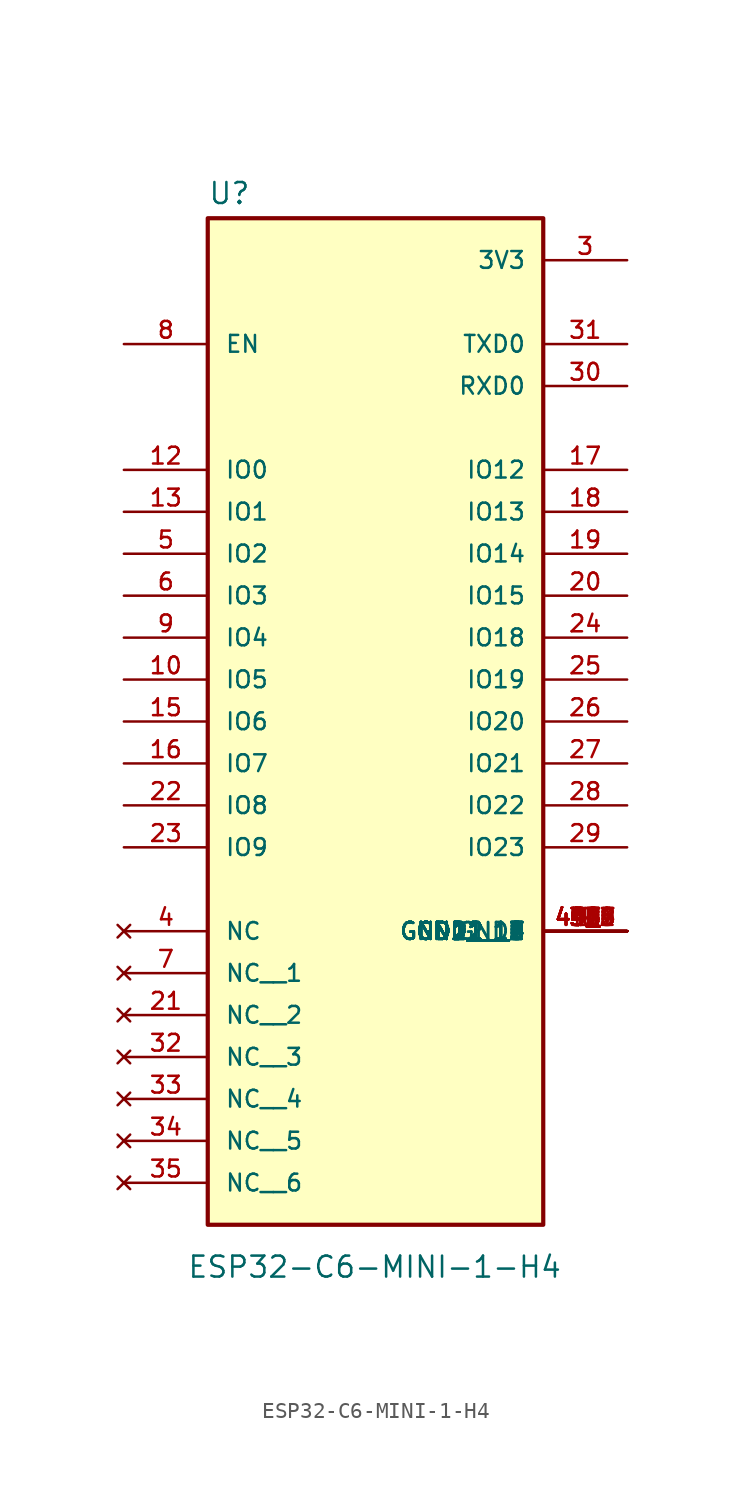
<source format=kicad_sym>
(kicad_symbol_lib
  (version 20231120)
  (generator "kicad_symbol_editor")
  (generator_version "8.0")
  (symbol "ESP32-C6-MINI-1-H4"
    (pin_names
      (offset 1.016))
    (property "Reference" "U"
      (at -10.16 23.622 0)
      (effects (font (size 1.27 1.27)) (justify left bottom)))
    (property "Value" "ESP32-C6-MINI-1-H4"
      (at -11.43 -41.402 0)
      (effects (font (size 1.27 1.27)) (justify left bottom)))
    (symbol "ESP32-C6-MINI-1-H4_0_0"
      (rectangle (start -10.16 22.86) (end 10.16 -38.1) (stroke (width 0.254) (type default)) (fill (type background)))
      (pin power_in line (at 15.24 -20.32 180) (length 5.08) (name "GND1" (effects (font (size 1.016 1.016)))) (number "1" (effects (font (size 1.016 1.016)))))
      (pin bidirectional line (at -15.24 -5.08 0) (length 5.08) (name "IO5" (effects (font (size 1.016 1.016)))) (number "10" (effects (font (size 1.016 1.016)))))
      (pin power_in line (at 15.24 -20.32 180) (length 5.08) (name "GND1__2" (effects (font (size 1.016 1.016)))) (number "11" (effects (font (size 1.016 1.016)))))
      (pin bidirectional line (at -15.24 7.62 0) (length 5.08) (name "IO0" (effects (font (size 1.016 1.016)))) (number "12" (effects (font (size 1.016 1.016)))))
      (pin bidirectional line (at -15.24 5.08 0) (length 5.08) (name "IO1" (effects (font (size 1.016 1.016)))) (number "13" (effects (font (size 1.016 1.016)))))
      (pin power_in line (at 15.24 -20.32 180) (length 5.08) (name "GND1__3" (effects (font (size 1.016 1.016)))) (number "14" (effects (font (size 1.016 1.016)))))
      (pin bidirectional line (at -15.24 -7.62 0) (length 5.08) (name "IO6" (effects (font (size 1.016 1.016)))) (number "15" (effects (font (size 1.016 1.016)))))
      (pin bidirectional line (at -15.24 -10.16 0) (length 5.08) (name "IO7" (effects (font (size 1.016 1.016)))) (number "16" (effects (font (size 1.016 1.016)))))
      (pin bidirectional line (at 15.24 7.62 180) (length 5.08) (name "IO12" (effects (font (size 1.016 1.016)))) (number "17" (effects (font (size 1.016 1.016)))))
      (pin bidirectional line (at 15.24 5.08 180) (length 5.08) (name "IO13" (effects (font (size 1.016 1.016)))) (number "18" (effects (font (size 1.016 1.016)))))
      (pin bidirectional line (at 15.24 2.54 180) (length 5.08) (name "IO14" (effects (font (size 1.016 1.016)))) (number "19" (effects (font (size 1.016 1.016)))))
      (pin power_in line (at 15.24 -20.32 180) (length 5.08) (name "GND1__1" (effects (font (size 1.016 1.016)))) (number "2" (effects (font (size 1.016 1.016)))))
      (pin bidirectional line (at 15.24 0 180) (length 5.08) (name "IO15" (effects (font (size 1.016 1.016)))) (number "20" (effects (font (size 1.016 1.016)))))
      (pin no_connect line (at -15.24 -25.4 0) (length 5.08) (name "NC__2" (effects (font (size 1.016 1.016)))) (number "21" (effects (font (size 1.016 1.016)))))
      (pin bidirectional line (at -15.24 -12.7 0) (length 5.08) (name "IO8" (effects (font (size 1.016 1.016)))) (number "22" (effects (font (size 1.016 1.016)))))
      (pin bidirectional line (at -15.24 -15.24 0) (length 5.08) (name "IO9" (effects (font (size 1.016 1.016)))) (number "23" (effects (font (size 1.016 1.016)))))
      (pin bidirectional line (at 15.24 -2.54 180) (length 5.08) (name "IO18" (effects (font (size 1.016 1.016)))) (number "24" (effects (font (size 1.016 1.016)))))
      (pin bidirectional line (at 15.24 -5.08 180) (length 5.08) (name "IO19" (effects (font (size 1.016 1.016)))) (number "25" (effects (font (size 1.016 1.016)))))
      (pin bidirectional line (at 15.24 -7.62 180) (length 5.08) (name "IO20" (effects (font (size 1.016 1.016)))) (number "26" (effects (font (size 1.016 1.016)))))
      (pin bidirectional line (at 15.24 -10.16 180) (length 5.08) (name "IO21" (effects (font (size 1.016 1.016)))) (number "27" (effects (font (size 1.016 1.016)))))
      (pin bidirectional line (at 15.24 -12.7 180) (length 5.08) (name "IO22" (effects (font (size 1.016 1.016)))) (number "28" (effects (font (size 1.016 1.016)))))
      (pin bidirectional line (at 15.24 -15.24 180) (length 5.08) (name "IO23" (effects (font (size 1.016 1.016)))) (number "29" (effects (font (size 1.016 1.016)))))
      (pin power_in line (at 15.24 20.32 180) (length 5.08) (name "3V3" (effects (font (size 1.016 1.016)))) (number "3" (effects (font (size 1.016 1.016)))))
      (pin bidirectional line (at 15.24 12.7 180) (length 5.08) (name "RXD0" (effects (font (size 1.016 1.016)))) (number "30" (effects (font (size 1.016 1.016)))))
      (pin bidirectional line (at 15.24 15.24 180) (length 5.08) (name "TXD0" (effects (font (size 1.016 1.016)))) (number "31" (effects (font (size 1.016 1.016)))))
      (pin no_connect line (at -15.24 -27.94 0) (length 5.08) (name "NC__3" (effects (font (size 1.016 1.016)))) (number "32" (effects (font (size 1.016 1.016)))))
      (pin no_connect line (at -15.24 -30.48 0) (length 5.08) (name "NC__4" (effects (font (size 1.016 1.016)))) (number "33" (effects (font (size 1.016 1.016)))))
      (pin no_connect line (at -15.24 -33.02 0) (length 5.08) (name "NC__5" (effects (font (size 1.016 1.016)))) (number "34" (effects (font (size 1.016 1.016)))))
      (pin no_connect line (at -15.24 -35.56 0) (length 5.08) (name "NC__6" (effects (font (size 1.016 1.016)))) (number "35" (effects (font (size 1.016 1.016)))))
      (pin power_in line (at 15.24 -20.32 180) (length 5.08) (name "GND1__4" (effects (font (size 1.016 1.016)))) (number "36" (effects (font (size 1.016 1.016)))))
      (pin power_in line (at 15.24 -20.32 180) (length 5.08) (name "GND1__5" (effects (font (size 1.016 1.016)))) (number "37" (effects (font (size 1.016 1.016)))))
      (pin power_in line (at 15.24 -20.32 180) (length 5.08) (name "GND1__6" (effects (font (size 1.016 1.016)))) (number "38" (effects (font (size 1.016 1.016)))))
      (pin power_in line (at 15.24 -20.32 180) (length 5.08) (name "GND1__7" (effects (font (size 1.016 1.016)))) (number "39" (effects (font (size 1.016 1.016)))))
      (pin no_connect line (at -15.24 -20.32 0) (length 5.08) (name "NC" (effects (font (size 1.016 1.016)))) (number "4" (effects (font (size 1.016 1.016)))))
      (pin power_in line (at 15.24 -20.32 180) (length 5.08) (name "GND1__8" (effects (font (size 1.016 1.016)))) (number "40" (effects (font (size 1.016 1.016)))))
      (pin power_in line (at 15.24 -20.32 180) (length 5.08) (name "GND1__9" (effects (font (size 1.016 1.016)))) (number "41" (effects (font (size 1.016 1.016)))))
      (pin power_in line (at 15.24 -20.32 180) (length 5.08) (name "GND1__10" (effects (font (size 1.016 1.016)))) (number "42" (effects (font (size 1.016 1.016)))))
      (pin power_in line (at 15.24 -20.32 180) (length 5.08) (name "GND1__11" (effects (font (size 1.016 1.016)))) (number "43" (effects (font (size 1.016 1.016)))))
      (pin power_in line (at 15.24 -20.32 180) (length 5.08) (name "GND1__12" (effects (font (size 1.016 1.016)))) (number "44" (effects (font (size 1.016 1.016)))))
      (pin power_in line (at 15.24 -20.32 180) (length 5.08) (name "GND1__13" (effects (font (size 1.016 1.016)))) (number "45" (effects (font (size 1.016 1.016)))))
      (pin power_in line (at 15.24 -20.32 180) (length 5.08) (name "GND1__14" (effects (font (size 1.016 1.016)))) (number "46" (effects (font (size 1.016 1.016)))))
      (pin power_in line (at 15.24 -20.32 180) (length 5.08) (name "GND2" (effects (font (size 1.016 1.016)))) (number "47" (effects (font (size 1.016 1.016)))))
      (pin power_in line (at 15.24 -20.32 180) (length 5.08) (name "GND2__1" (effects (font (size 1.016 1.016)))) (number "48" (effects (font (size 1.016 1.016)))))
      (pin power_in line (at 15.24 -20.32 180) (length 5.08) (name "GND2__2" (effects (font (size 1.016 1.016)))) (number "49_1" (effects (font (size 1.016 1.016)))))
      (pin power_in line (at 15.24 -20.32 180) (length 5.08) (name "GND2__3" (effects (font (size 1.016 1.016)))) (number "49_2" (effects (font (size 1.016 1.016)))))
      (pin power_in line (at 15.24 -20.32 180) (length 5.08) (name "GND2__4" (effects (font (size 1.016 1.016)))) (number "49_3" (effects (font (size 1.016 1.016)))))
      (pin power_in line (at 15.24 -20.32 180) (length 5.08) (name "GND2__5" (effects (font (size 1.016 1.016)))) (number "49_4" (effects (font (size 1.016 1.016)))))
      (pin power_in line (at 15.24 -20.32 180) (length 5.08) (name "GND2__6" (effects (font (size 1.016 1.016)))) (number "49_5" (effects (font (size 1.016 1.016)))))
      (pin power_in line (at 15.24 -20.32 180) (length 5.08) (name "GND2__7" (effects (font (size 1.016 1.016)))) (number "49_6" (effects (font (size 1.016 1.016)))))
      (pin power_in line (at 15.24 -20.32 180) (length 5.08) (name "GND2__8" (effects (font (size 1.016 1.016)))) (number "49_7" (effects (font (size 1.016 1.016)))))
      (pin power_in line (at 15.24 -20.32 180) (length 5.08) (name "GND2__9" (effects (font (size 1.016 1.016)))) (number "49_8" (effects (font (size 1.016 1.016)))))
      (pin power_in line (at 15.24 -20.32 180) (length 5.08) (name "GND2__10" (effects (font (size 1.016 1.016)))) (number "49_9" (effects (font (size 1.016 1.016)))))
      (pin bidirectional line (at -15.24 2.54 0) (length 5.08) (name "IO2" (effects (font (size 1.016 1.016)))) (number "5" (effects (font (size 1.016 1.016)))))
      (pin power_in line (at 15.24 -20.32 180) (length 5.08) (name "GND2__11" (effects (font (size 1.016 1.016)))) (number "50" (effects (font (size 1.016 1.016)))))
      (pin power_in line (at 15.24 -20.32 180) (length 5.08) (name "GND2__12" (effects (font (size 1.016 1.016)))) (number "51" (effects (font (size 1.016 1.016)))))
      (pin power_in line (at 15.24 -20.32 180) (length 5.08) (name "GND2__13" (effects (font (size 1.016 1.016)))) (number "52" (effects (font (size 1.016 1.016)))))
      (pin power_in line (at 15.24 -20.32 180) (length 5.08) (name "GND2__14" (effects (font (size 1.016 1.016)))) (number "53" (effects (font (size 1.016 1.016)))))
      (pin bidirectional line (at -15.24 0 0) (length 5.08) (name "IO3" (effects (font (size 1.016 1.016)))) (number "6" (effects (font (size 1.016 1.016)))))
      (pin no_connect line (at -15.24 -22.86 0) (length 5.08) (name "NC__1" (effects (font (size 1.016 1.016)))) (number "7" (effects (font (size 1.016 1.016)))))
      (pin input line (at -15.24 15.24 0) (length 5.08) (name "EN" (effects (font (size 1.016 1.016)))) (number "8" (effects (font (size 1.016 1.016)))))
      (pin bidirectional line (at -15.24 -2.54 0) (length 5.08) (name "IO4" (effects (font (size 1.016 1.016)))) (number "9" (effects (font (size 1.016 1.016))))))))
</source>
